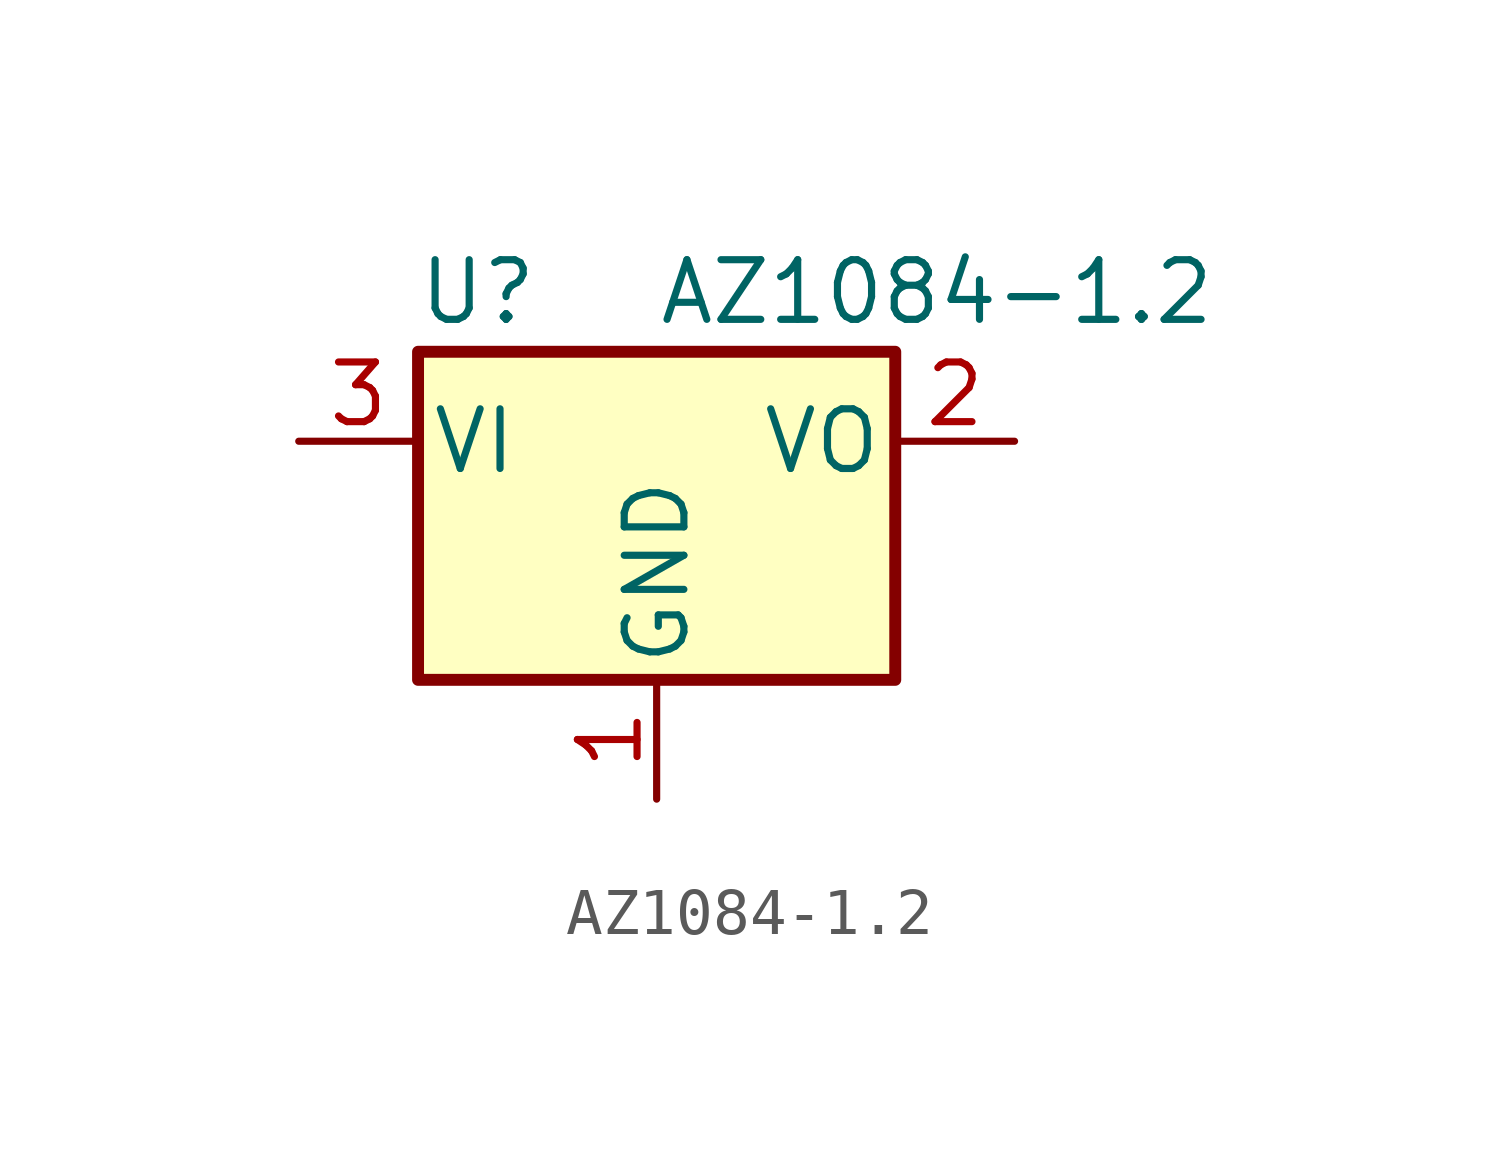
<source format=kicad_sym>
(kicad_symbol_lib
  (version 20241209)
  (generator "kicad_symbol_editor")
  (generator_version "9.0")
  (symbol "AZ1084-1.2"
    (pin_names
      (offset 0.254))
    (property "Reference" "U"
      (at -3.81 3.175 0)
      (effects (font (size 1.27 1.27))))
    (property "Value" "AZ1084-1.2"
      (at 0 3.175 0)
      (effects (font (size 1.27 1.27)) (justify left)))
    (symbol "AZ1084-1.2_0_1"
      (rectangle (start -5.08 1.905) (end 5.08 -5.08) (stroke (width 0.254) (type default)) (fill (type background))))
    (symbol "AZ1084-1.2_1_1"
      (pin power_in line (at -7.62 0 0) (length 2.54) (name "VI" (effects (font (size 1.27 1.27)))) (number "3" (effects (font (size 1.27 1.27)))))
      (pin power_in line (at 0 -7.62 90) (length 2.54) (name "GND" (effects (font (size 1.27 1.27)))) (number "1" (effects (font (size 1.27 1.27)))))
      (pin power_out line (at 7.62 0 180) (length 2.54) (name "VO" (effects (font (size 1.27 1.27)))) (number "2" (effects (font (size 1.27 1.27))))))))
</source>
